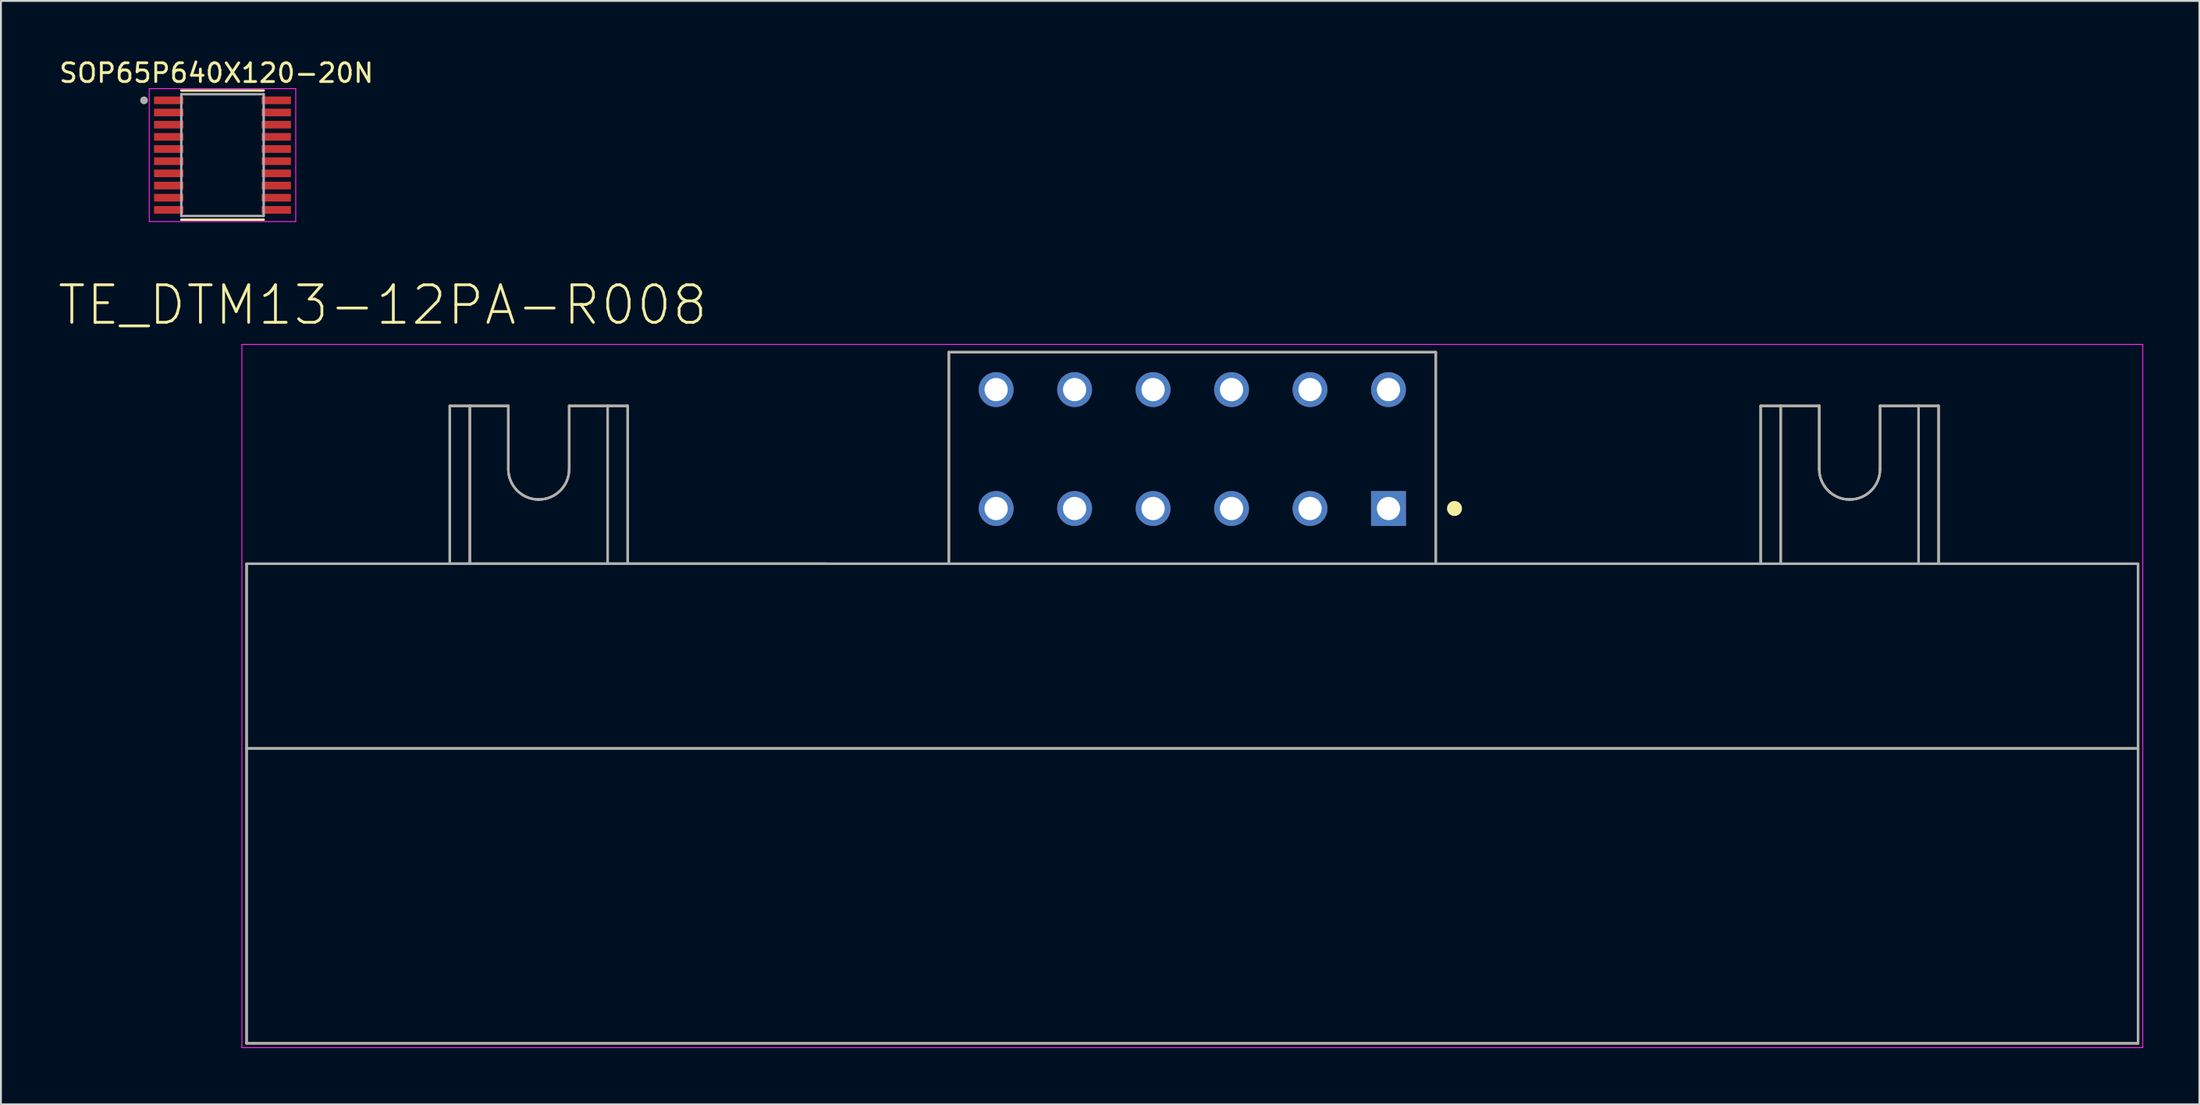
<source format=kicad_pcb>
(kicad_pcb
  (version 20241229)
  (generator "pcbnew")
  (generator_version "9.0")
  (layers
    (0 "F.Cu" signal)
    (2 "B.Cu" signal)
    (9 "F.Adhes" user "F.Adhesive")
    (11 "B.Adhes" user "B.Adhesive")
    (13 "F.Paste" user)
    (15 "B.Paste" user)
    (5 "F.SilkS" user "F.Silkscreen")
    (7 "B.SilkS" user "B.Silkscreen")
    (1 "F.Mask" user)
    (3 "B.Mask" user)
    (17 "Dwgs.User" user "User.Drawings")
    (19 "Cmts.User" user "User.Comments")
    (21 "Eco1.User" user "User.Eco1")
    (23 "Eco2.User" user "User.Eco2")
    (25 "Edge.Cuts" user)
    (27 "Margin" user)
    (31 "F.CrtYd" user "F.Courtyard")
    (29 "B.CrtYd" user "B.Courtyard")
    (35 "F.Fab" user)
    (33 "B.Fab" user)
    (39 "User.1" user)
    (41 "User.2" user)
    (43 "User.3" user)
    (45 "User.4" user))
  (footprint "TE_DTM13-12PA-R008"
    (layer "F.Cu")
    (at 60.617 22.145)
    (property "Reference" "TE_DTM13-12PA-R008" (at -43.236 -8.902 0) (layer "F.SilkS") (effects (font (size 2.003 2.003) (thickness 0.15))))
    (attr through_hole)
    (fp_line (start -50.5 4.91) (end -13 4.91) (stroke (width 0.127) (type solid)) (layer "F.SilkS"))
    (fp_line (start -50.5 14.77) (end -50.5 4.91) (stroke (width 0.127) (type solid)) (layer "F.SilkS"))
    (fp_line (start -50.5 14.77) (end -50.5 30.52) (stroke (width 0.127) (type solid)) (layer "F.SilkS"))
    (fp_line (start -50.5 30.52) (end 50.5 30.52) (stroke (width 0.127) (type solid)) (layer "F.SilkS"))
    (fp_line (start -39.65 -3.52) (end -38.58 -3.52) (stroke (width 0.127) (type solid)) (layer "F.SilkS"))
    (fp_line (start -39.65 4.91) (end -39.65 -3.52) (stroke (width 0.127) (type solid)) (layer "F.SilkS"))
    (fp_line (start -39.65 4.91) (end -38.58 4.91) (stroke (width 0.127) (type solid)) (layer "F.SilkS"))
    (fp_line (start -38.58 -3.52) (end -36.525 -3.52) (stroke (width 0.127) (type solid)) (layer "F.SilkS"))
    (fp_line (start -38.58 4.91) (end -38.58 -3.52) (stroke (width 0.127) (type solid)) (layer "F.SilkS"))
    (fp_line (start -38.58 4.91) (end -31.22 4.91) (stroke (width 0.127) (type solid)) (layer "F.SilkS"))
    (fp_line (start -36.525 -3.52) (end -36.525 -0.145) (stroke (width 0.127) (type solid)) (layer "F.SilkS"))
    (fp_line (start -33.275 -3.52) (end -31.22 -3.52) (stroke (width 0.127) (type solid)) (layer "F.SilkS"))
    (fp_line (start -33.275 -0.145) (end -33.275 -3.52) (stroke (width 0.127) (type solid)) (layer "F.SilkS"))
    (fp_line (start -31.22 -3.52) (end -30.15 -3.52) (stroke (width 0.127) (type solid)) (layer "F.SilkS"))
    (fp_line (start -31.22 4.91) (end -31.22 -3.52) (stroke (width 0.127) (type solid)) (layer "F.SilkS"))
    (fp_line (start -31.22 4.91) (end -30.15 4.91) (stroke (width 0.127) (type solid)) (layer "F.SilkS"))
    (fp_line (start -30.15 -3.52) (end -30.15 4.91) (stroke (width 0.127) (type solid)) (layer "F.SilkS"))
    (fp_line (start -30.15 4.91) (end -19.5 4.91) (stroke (width 0.127) (type solid)) (layer "F.SilkS"))
    (fp_line (start -13 -6.39) (end 13 -6.39) (stroke (width 0.127) (type solid)) (layer "F.SilkS"))
    (fp_line (start -13 4.91) (end -13 -6.39) (stroke (width 0.127) (type solid)) (layer "F.SilkS"))
    (fp_line (start -13 4.91) (end 13 4.91) (stroke (width 0.127) (type solid)) (layer "F.SilkS"))
    (fp_line (start 13 -6.39) (end 13 4.91) (stroke (width 0.127) (type solid)) (layer "F.SilkS"))
    (fp_line (start 13 4.91) (end 30.35 4.91) (stroke (width 0.127) (type solid)) (layer "F.SilkS"))
    (fp_line (start 30.35 -3.52) (end 31.42 -3.52) (stroke (width 0.127) (type solid)) (layer "F.SilkS"))
    (fp_line (start 30.35 4.91) (end 30.35 -3.52) (stroke (width 0.127) (type solid)) (layer "F.SilkS"))
    (fp_line (start 30.35 4.91) (end 31.42 4.91) (stroke (width 0.127) (type solid)) (layer "F.SilkS"))
    (fp_line (start 31.42 -3.52) (end 33.475 -3.52) (stroke (width 0.127) (type solid)) (layer "F.SilkS"))
    (fp_line (start 31.42 4.91) (end 31.42 -3.52) (stroke (width 0.127) (type solid)) (layer "F.SilkS"))
    (fp_line (start 31.42 4.91) (end 38.78 4.91) (stroke (width 0.127) (type solid)) (layer "F.SilkS"))
    (fp_line (start 33.475 -3.52) (end 33.475 -0.145) (stroke (width 0.127) (type solid)) (layer "F.SilkS"))
    (fp_line (start 36.725 -3.52) (end 38.78 -3.52) (stroke (width 0.127) (type solid)) (layer "F.SilkS"))
    (fp_line (start 36.725 -0.145) (end 36.725 -3.52) (stroke (width 0.127) (type solid)) (layer "F.SilkS"))
    (fp_line (start 38.78 -3.52) (end 39.85 -3.52) (stroke (width 0.127) (type solid)) (layer "F.SilkS"))
    (fp_line (start 38.78 4.91) (end 38.78 -3.52) (stroke (width 0.127) (type solid)) (layer "F.SilkS"))
    (fp_line (start 38.78 4.91) (end 39.85 4.91) (stroke (width 0.127) (type solid)) (layer "F.SilkS"))
    (fp_line (start 39.85 -3.52) (end 39.85 4.91) (stroke (width 0.127) (type solid)) (layer "F.SilkS"))
    (fp_line (start 39.85 4.91) (end 50.5 4.91) (stroke (width 0.127) (type solid)) (layer "F.SilkS"))
    (fp_line (start 50.5 4.91) (end 50.5 14.77) (stroke (width 0.127) (type solid)) (layer "F.SilkS"))
    (fp_line (start 50.5 14.77) (end -50.5 14.77) (stroke (width 0.127) (type solid)) (layer "F.SilkS"))
    (fp_line (start 50.5 30.52) (end 50.5 14.77) (stroke (width 0.127) (type solid)) (layer "F.SilkS"))
    (fp_arc (start -34.9 1.48) (mid -36.049049 1.004049) (end -36.525 -0.145) (stroke (width 0.127) (type solid)) (layer "F.SilkS"))
    (fp_arc (start -33.275 -0.145) (mid -33.750951 1.004049) (end -34.9 1.48) (stroke (width 0.127) (type solid)) (layer "F.SilkS"))
    (fp_arc (start 35.1 1.48) (mid 33.950951 1.004049) (end 33.475 -0.145) (stroke (width 0.127) (type solid)) (layer "F.SilkS"))
    (fp_arc (start 36.725 -0.145) (mid 36.249049 1.004049) (end 35.1 1.48) (stroke (width 0.127) (type solid)) (layer "F.SilkS"))
    (fp_circle (center 14 1.96) (end 14.2 1.96) (stroke (width 0.4) (type solid)) (fill no) (layer "F.SilkS"))
    (fp_line (start -50.75 -6.8) (end -50.75 30.75) (stroke (width 0.05) (type solid)) (layer "F.CrtYd"))
    (fp_line (start -50.75 30.75) (end 50.75 30.75) (stroke (width 0.05) (type solid)) (layer "F.CrtYd"))
    (fp_line (start 50.75 -6.8) (end -50.75 -6.8) (stroke (width 0.05) (type solid)) (layer "F.CrtYd"))
    (fp_line (start 50.75 30.75) (end 50.75 -6.8) (stroke (width 0.05) (type solid)) (layer "F.CrtYd"))
    (fp_line (start -50.5 4.91) (end -13 4.91) (stroke (width 0.127) (type solid)) (layer "F.Fab"))
    (fp_line (start -50.5 14.77) (end -50.5 4.91) (stroke (width 0.127) (type solid)) (layer "F.Fab"))
    (fp_line (start -50.5 14.77) (end -50.5 30.52) (stroke (width 0.127) (type solid)) (layer "F.Fab"))
    (fp_line (start -50.5 30.52) (end 50.5 30.52) (stroke (width 0.127) (type solid)) (layer "F.Fab"))
    (fp_line (start -39.65 -3.52) (end -38.58 -3.52) (stroke (width 0.127) (type solid)) (layer "F.Fab"))
    (fp_line (start -39.65 4.91) (end -39.65 -3.52) (stroke (width 0.127) (type solid)) (layer "F.Fab"))
    (fp_line (start -39.65 4.91) (end -38.58 4.91) (stroke (width 0.127) (type solid)) (layer "F.Fab"))
    (fp_line (start -38.58 -3.52) (end -36.525 -3.52) (stroke (width 0.127) (type solid)) (layer "F.Fab"))
    (fp_line (start -38.58 4.91) (end -38.58 -3.52) (stroke (width 0.127) (type solid)) (layer "F.Fab"))
    (fp_line (start -38.58 4.91) (end -31.22 4.91) (stroke (width 0.127) (type solid)) (layer "F.Fab"))
    (fp_line (start -36.525 -3.52) (end -36.525 -0.145) (stroke (width 0.127) (type solid)) (layer "F.Fab"))
    (fp_line (start -33.275 -3.52) (end -31.22 -3.52) (stroke (width 0.127) (type solid)) (layer "F.Fab"))
    (fp_line (start -33.275 -0.145) (end -33.275 -3.52) (stroke (width 0.127) (type solid)) (layer "F.Fab"))
    (fp_line (start -31.22 -3.52) (end -30.15 -3.52) (stroke (width 0.127) (type solid)) (layer "F.Fab"))
    (fp_line (start -31.22 4.91) (end -31.22 -3.52) (stroke (width 0.127) (type solid)) (layer "F.Fab"))
    (fp_line (start -31.22 4.91) (end -30.15 4.91) (stroke (width 0.127) (type solid)) (layer "F.Fab"))
    (fp_line (start -30.15 -3.52) (end -30.15 4.91) (stroke (width 0.127) (type solid)) (layer "F.Fab"))
    (fp_line (start -30.15 4.91) (end -19.5 4.91) (stroke (width 0.127) (type solid)) (layer "F.Fab"))
    (fp_line (start -13 -6.39) (end 13 -6.39) (stroke (width 0.127) (type solid)) (layer "F.Fab"))
    (fp_line (start -13 4.91) (end -13 -6.39) (stroke (width 0.127) (type solid)) (layer "F.Fab"))
    (fp_line (start -13 4.91) (end 13 4.91) (stroke (width 0.127) (type solid)) (layer "F.Fab"))
    (fp_line (start 13 -6.39) (end 13 4.91) (stroke (width 0.127) (type solid)) (layer "F.Fab"))
    (fp_line (start 13 4.91) (end 30.35 4.91) (stroke (width 0.127) (type solid)) (layer "F.Fab"))
    (fp_line (start 30.35 -3.52) (end 31.42 -3.52) (stroke (width 0.127) (type solid)) (layer "F.Fab"))
    (fp_line (start 30.35 4.91) (end 30.35 -3.52) (stroke (width 0.127) (type solid)) (layer "F.Fab"))
    (fp_line (start 30.35 4.91) (end 31.42 4.91) (stroke (width 0.127) (type solid)) (layer "F.Fab"))
    (fp_line (start 31.42 -3.52) (end 33.475 -3.52) (stroke (width 0.127) (type solid)) (layer "F.Fab"))
    (fp_line (start 31.42 4.91) (end 31.42 -3.52) (stroke (width 0.127) (type solid)) (layer "F.Fab"))
    (fp_line (start 31.42 4.91) (end 38.78 4.91) (stroke (width 0.127) (type solid)) (layer "F.Fab"))
    (fp_line (start 33.475 -3.52) (end 33.475 -0.145) (stroke (width 0.127) (type solid)) (layer "F.Fab"))
    (fp_line (start 36.725 -3.52) (end 38.78 -3.52) (stroke (width 0.127) (type solid)) (layer "F.Fab"))
    (fp_line (start 36.725 -0.145) (end 36.725 -3.52) (stroke (width 0.127) (type solid)) (layer "F.Fab"))
    (fp_line (start 38.78 -3.52) (end 39.85 -3.52) (stroke (width 0.127) (type solid)) (layer "F.Fab"))
    (fp_line (start 38.78 4.91) (end 38.78 -3.52) (stroke (width 0.127) (type solid)) (layer "F.Fab"))
    (fp_line (start 38.78 4.91) (end 39.85 4.91) (stroke (width 0.127) (type solid)) (layer "F.Fab"))
    (fp_line (start 39.85 -3.52) (end 39.85 4.91) (stroke (width 0.127) (type solid)) (layer "F.Fab"))
    (fp_line (start 39.85 4.91) (end 50.5 4.91) (stroke (width 0.127) (type solid)) (layer "F.Fab"))
    (fp_line (start 50.5 4.91) (end 50.5 14.77) (stroke (width 0.127) (type solid)) (layer "F.Fab"))
    (fp_line (start 50.5 14.77) (end -50.5 14.77) (stroke (width 0.127) (type solid)) (layer "F.Fab"))
    (fp_line (start 50.5 30.52) (end 50.5 14.77) (stroke (width 0.127) (type solid)) (layer "F.Fab"))
    (fp_arc (start -34.9 1.48) (mid -36.049049 1.004049) (end -36.525 -0.145) (stroke (width 0.127) (type solid)) (layer "F.Fab"))
    (fp_arc (start -33.275 -0.145) (mid -33.750951 1.004049) (end -34.9 1.48) (stroke (width 0.127) (type solid)) (layer "F.Fab"))
    (fp_arc (start 35.1 1.48) (mid 33.950951 1.004049) (end 33.475 -0.145) (stroke (width 0.127) (type solid)) (layer "F.Fab"))
    (fp_arc (start 36.725 -0.145) (mid 36.249049 1.004049) (end 35.1 1.48) (stroke (width 0.127) (type solid)) (layer "F.Fab"))
    (fp_circle (center 10.475 1.96) (end 10.675 1.96) (stroke (width 0.4) (type solid)) (fill no) (layer "F.Fab"))
    (pad "1" thru_hole rect (at 10.475 1.96) (size 1.86 1.86) (drill 1.24) (layers "*.Cu" "*.Mask"))
    (pad "2" thru_hole circle (at 6.285 1.96) (size 1.86 1.86) (drill 1.24) (layers "*.Cu" "*.Mask"))
    (pad "3" thru_hole circle (at 2.095 1.96) (size 1.86 1.86) (drill 1.24) (layers "*.Cu" "*.Mask"))
    (pad "4" thru_hole circle (at -2.095 1.96) (size 1.86 1.86) (drill 1.24) (layers "*.Cu" "*.Mask"))
    (pad "5" thru_hole circle (at -6.285 1.96) (size 1.86 1.86) (drill 1.24) (layers "*.Cu" "*.Mask"))
    (pad "6" thru_hole circle (at -10.475 1.96) (size 1.86 1.86) (drill 1.24) (layers "*.Cu" "*.Mask"))
    (pad "7" thru_hole circle (at -10.475 -4.39) (size 1.86 1.86) (drill 1.24) (layers "*.Cu" "*.Mask"))
    (pad "8" thru_hole circle (at -6.285 -4.39) (size 1.86 1.86) (drill 1.24) (layers "*.Cu" "*.Mask"))
    (pad "9" thru_hole circle (at -2.095 -4.39) (size 1.86 1.86) (drill 1.24) (layers "*.Cu" "*.Mask"))
    (pad "10" thru_hole circle (at 2.095 -4.39) (size 1.86 1.86) (drill 1.24) (layers "*.Cu" "*.Mask"))
    (pad "11" thru_hole circle (at 6.285 -4.39) (size 1.86 1.86) (drill 1.24) (layers "*.Cu" "*.Mask"))
    (pad "12" thru_hole circle (at 10.475 -4.39) (size 1.86 1.86) (drill 1.24) (layers "*.Cu" "*.Mask")))
  (footprint "SOP65P640X120-20N"
    (layer "F.Cu")
    (at 8.831 5.233)
    (property "Reference" "SOP65P640X120-20N" (at -0.325 -4.385 0) (layer "F.SilkS") (effects (font (size 1 1) (thickness 0.15))))
    (attr through_hole)
    (fp_line (start -2.2 -3.45) (end 2.2 -3.45) (stroke (width 0.127) (type solid)) (layer "F.SilkS"))
    (fp_line (start -2.2 3.45) (end 2.2 3.45) (stroke (width 0.127) (type solid)) (layer "F.SilkS"))
    (fp_circle (center -4.19 -2.925) (end -4.09 -2.925) (stroke (width 0.2) (type solid)) (fill no) (layer "F.SilkS"))
    (fp_line (start -3.91 -3.55) (end -3.91 3.55) (stroke (width 0.05) (type solid)) (layer "F.CrtYd"))
    (fp_line (start -3.91 -3.55) (end 3.91 -3.55) (stroke (width 0.05) (type solid)) (layer "F.CrtYd"))
    (fp_line (start -3.91 3.55) (end 3.91 3.55) (stroke (width 0.05) (type solid)) (layer "F.CrtYd"))
    (fp_line (start 3.91 -3.55) (end 3.91 3.55) (stroke (width 0.05) (type solid)) (layer "F.CrtYd"))
    (fp_line (start -2.2 -3.25) (end -2.2 3.25) (stroke (width 0.127) (type solid)) (layer "F.Fab"))
    (fp_line (start -2.2 -3.25) (end 2.2 -3.25) (stroke (width 0.127) (type solid)) (layer "F.Fab"))
    (fp_line (start -2.2 3.25) (end 2.2 3.25) (stroke (width 0.127) (type solid)) (layer "F.Fab"))
    (fp_line (start 2.2 -3.25) (end 2.2 3.25) (stroke (width 0.127) (type solid)) (layer "F.Fab"))
    (fp_circle (center -4.19 -2.925) (end -4.09 -2.925) (stroke (width 0.2) (type solid)) (fill no) (layer "F.Fab"))
    (pad "1" smd roundrect (at -2.87 -2.925) (size 1.57 0.41) (layers "F.Cu" "F.Mask" "F.Paste") (roundrect_rratio 0.05))
    (pad "2" smd roundrect (at -2.87 -2.275) (size 1.57 0.41) (layers "F.Cu" "F.Mask" "F.Paste") (roundrect_rratio 0.05))
    (pad "3" smd roundrect (at -2.87 -1.625) (size 1.57 0.41) (layers "F.Cu" "F.Mask" "F.Paste") (roundrect_rratio 0.05))
    (pad "4" smd roundrect (at -2.87 -0.975) (size 1.57 0.41) (layers "F.Cu" "F.Mask" "F.Paste") (roundrect_rratio 0.05))
    (pad "5" smd roundrect (at -2.87 -0.325) (size 1.57 0.41) (layers "F.Cu" "F.Mask" "F.Paste") (roundrect_rratio 0.05))
    (pad "6" smd roundrect (at -2.87 0.325) (size 1.57 0.41) (layers "F.Cu" "F.Mask" "F.Paste") (roundrect_rratio 0.05))
    (pad "7" smd roundrect (at -2.87 0.975) (size 1.57 0.41) (layers "F.Cu" "F.Mask" "F.Paste") (roundrect_rratio 0.05))
    (pad "8" smd roundrect (at -2.87 1.625) (size 1.57 0.41) (layers "F.Cu" "F.Mask" "F.Paste") (roundrect_rratio 0.05))
    (pad "9" smd roundrect (at -2.87 2.275) (size 1.57 0.41) (layers "F.Cu" "F.Mask" "F.Paste") (roundrect_rratio 0.05))
    (pad "10" smd roundrect (at -2.87 2.925) (size 1.57 0.41) (layers "F.Cu" "F.Mask" "F.Paste") (roundrect_rratio 0.05))
    (pad "11" smd roundrect (at 2.87 2.925) (size 1.57 0.41) (layers "F.Cu" "F.Mask" "F.Paste") (roundrect_rratio 0.05))
    (pad "12" smd roundrect (at 2.87 2.275) (size 1.57 0.41) (layers "F.Cu" "F.Mask" "F.Paste") (roundrect_rratio 0.05))
    (pad "13" smd roundrect (at 2.87 1.625) (size 1.57 0.41) (layers "F.Cu" "F.Mask" "F.Paste") (roundrect_rratio 0.05))
    (pad "14" smd roundrect (at 2.87 0.975) (size 1.57 0.41) (layers "F.Cu" "F.Mask" "F.Paste") (roundrect_rratio 0.05))
    (pad "15" smd roundrect (at 2.87 0.325) (size 1.57 0.41) (layers "F.Cu" "F.Mask" "F.Paste") (roundrect_rratio 0.05))
    (pad "16" smd roundrect (at 2.87 -0.325) (size 1.57 0.41) (layers "F.Cu" "F.Mask" "F.Paste") (roundrect_rratio 0.05))
    (pad "17" smd roundrect (at 2.87 -0.975) (size 1.57 0.41) (layers "F.Cu" "F.Mask" "F.Paste") (roundrect_rratio 0.05))
    (pad "18" smd roundrect (at 2.87 -1.625) (size 1.57 0.41) (layers "F.Cu" "F.Mask" "F.Paste") (roundrect_rratio 0.05))
    (pad "19" smd roundrect (at 2.87 -2.275) (size 1.57 0.41) (layers "F.Cu" "F.Mask" "F.Paste") (roundrect_rratio 0.05))
    (pad "20" smd roundrect (at 2.87 -2.925) (size 1.57 0.41) (layers "F.Cu" "F.Mask" "F.Paste") (roundrect_rratio 0.05)))
  (gr_rect
    (start -3 -3)
    (end 114.392 55.92)
    (stroke (width 0.1) (type default))
    (fill no)
    (layer "Edge.Cuts")))
</source>
